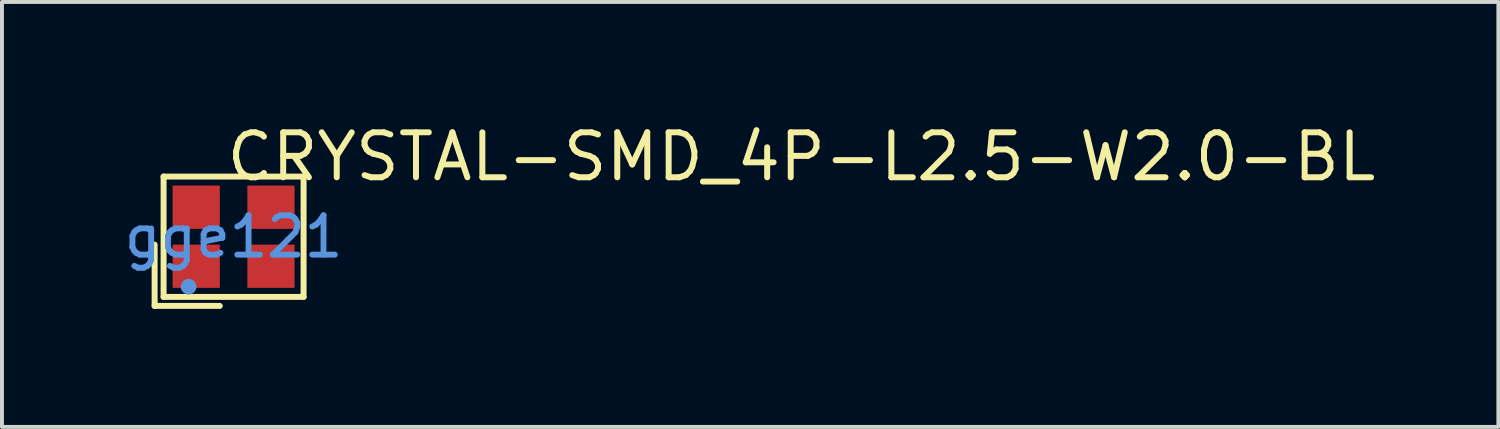
<source format=kicad_pcb>
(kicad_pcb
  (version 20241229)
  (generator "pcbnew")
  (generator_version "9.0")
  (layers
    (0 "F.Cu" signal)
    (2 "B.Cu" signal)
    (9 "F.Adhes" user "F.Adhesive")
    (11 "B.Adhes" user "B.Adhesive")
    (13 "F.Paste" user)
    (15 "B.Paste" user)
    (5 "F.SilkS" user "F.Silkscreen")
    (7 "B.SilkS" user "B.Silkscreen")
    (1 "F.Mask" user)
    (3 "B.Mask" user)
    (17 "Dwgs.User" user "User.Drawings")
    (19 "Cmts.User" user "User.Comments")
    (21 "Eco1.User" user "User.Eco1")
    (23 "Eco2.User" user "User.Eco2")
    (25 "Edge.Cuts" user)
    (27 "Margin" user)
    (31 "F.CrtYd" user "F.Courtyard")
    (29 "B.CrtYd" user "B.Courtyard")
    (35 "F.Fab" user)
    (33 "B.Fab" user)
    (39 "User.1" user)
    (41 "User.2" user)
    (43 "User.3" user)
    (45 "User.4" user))
  (footprint "CRYSTAL-SMD_4P-L2.5-W2.0-BL"
    (layer "F.Cu")
    (at 2.887 2.967)
    (property "Reference" "CRYSTAL-SMD_4P-L2.5-W2.0-BL" (at -0.254 -2.032 0) (layer "F.SilkS") (effects (font (size 1.143 1.143) (thickness 0.152)) (justify left)))
    (attr smd)
    (fp_line (start -2.007 0.201) (end -2.007 1.758) (stroke (width 0.152) (type solid)) (layer "F.SilkS"))
    (fp_line (start -2.007 1.758) (end -0.351 1.758) (stroke (width 0.152) (type solid)) (layer "F.SilkS"))
    (fp_line (start -1.779 -1.529) (end 1.779 -1.529) (stroke (width 0.152) (type solid)) (layer "F.SilkS"))
    (fp_line (start -1.779 1.529) (end -1.779 -1.529) (stroke (width 0.152) (type solid)) (layer "F.SilkS"))
    (fp_line (start 1.779 -1.529) (end 1.779 1.529) (stroke (width 0.152) (type solid)) (layer "F.SilkS"))
    (fp_line (start 1.779 1.529) (end -1.779 1.529) (stroke (width 0.152) (type solid)) (layer "F.SilkS"))
    (fp_circle (center -1.143 1.27) (end -1.043 1.27) (stroke (width 0.2) (type solid)) (fill no) (layer "Cmts.User"))
    (fp_text user "gge121" (at 0 0 0) (layer "Cmts.User") (effects (font (size 1 1) (thickness 0.15))))
    (pad "1" smd rect (at -0.95 0.75) (size 1.2 1.1) (layers "F.Cu" "F.Mask" "F.Paste"))
    (pad "2" smd rect (at 0.95 0.75) (size 1.2 1.1) (layers "F.Cu" "F.Mask" "F.Paste"))
    (pad "3" smd rect (at 0.95 -0.75) (size 1.2 1.1) (layers "F.Cu" "F.Mask" "F.Paste"))
    (pad "4" smd rect (at -0.95 -0.75) (size 1.2 1.1) (layers "F.Cu" "F.Mask" "F.Paste")))
  (gr_rect
    (start -3 -3)
    (end 35.034 7.801)
    (stroke (width 0.1) (type default))
    (fill no)
    (layer "Edge.Cuts")))
</source>
